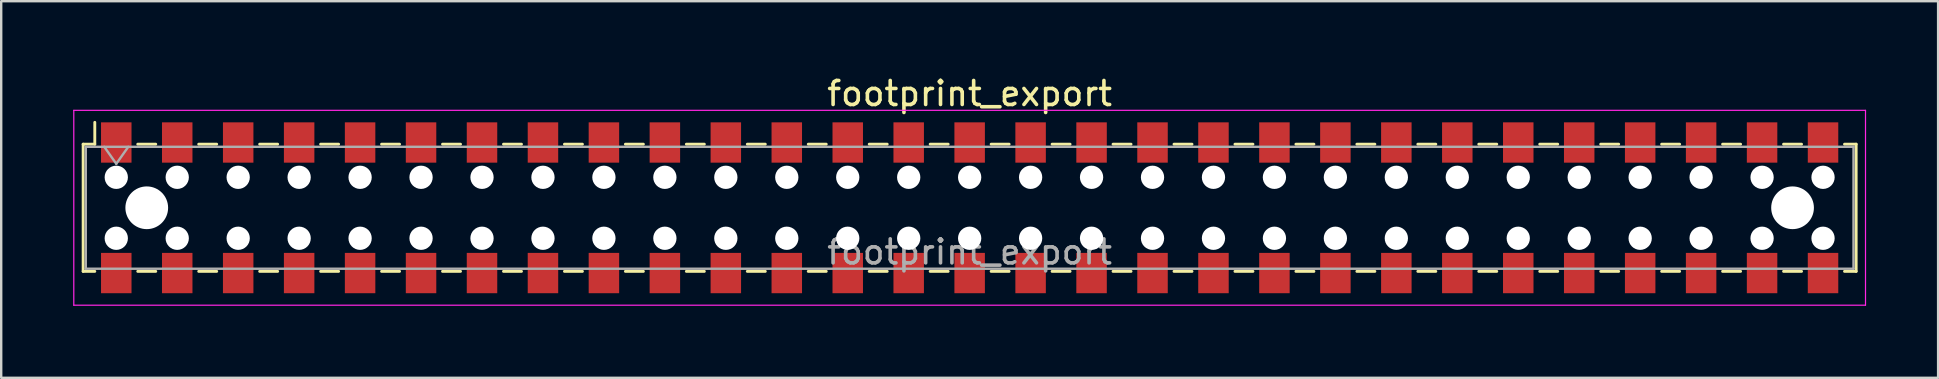
<source format=kicad_pcb>
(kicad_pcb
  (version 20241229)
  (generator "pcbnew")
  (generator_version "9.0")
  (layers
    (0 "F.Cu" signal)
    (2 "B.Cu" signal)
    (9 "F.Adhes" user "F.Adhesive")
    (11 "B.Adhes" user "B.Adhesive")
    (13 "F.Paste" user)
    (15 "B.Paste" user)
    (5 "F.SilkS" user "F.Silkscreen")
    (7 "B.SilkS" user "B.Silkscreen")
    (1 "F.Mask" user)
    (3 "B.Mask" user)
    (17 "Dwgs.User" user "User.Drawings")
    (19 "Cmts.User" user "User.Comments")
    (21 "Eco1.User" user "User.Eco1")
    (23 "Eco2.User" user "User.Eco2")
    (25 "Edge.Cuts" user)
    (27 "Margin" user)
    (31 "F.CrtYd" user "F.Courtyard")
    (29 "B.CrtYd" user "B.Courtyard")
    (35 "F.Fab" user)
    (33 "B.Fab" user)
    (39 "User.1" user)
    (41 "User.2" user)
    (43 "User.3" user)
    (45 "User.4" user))
  (footprint "footprint_export"
    (layer "F.Cu")
    (at 37.355 5.608)
    (property "Reference" "footprint_export" (at 0 -4.76 0) (layer "F.SilkS") (effects (font (size 1 1) (thickness 0.15))))
    (attr smd)
    (fp_line (start -36.94 -2.65) (end -36.94 2.65) (stroke (width 0.12) (type solid)) (layer "F.SilkS"))
    (fp_line (start -36.94 2.65) (end -36.455 2.65) (stroke (width 0.12) (type solid)) (layer "F.SilkS"))
    (fp_line (start -36.455 -3.56) (end -36.455 -2.65) (stroke (width 0.12) (type solid)) (layer "F.SilkS"))
    (fp_line (start -36.455 -2.65) (end -36.94 -2.65) (stroke (width 0.12) (type solid)) (layer "F.SilkS"))
    (fp_line (start -34.665 -2.65) (end -33.915 -2.65) (stroke (width 0.12) (type solid)) (layer "F.SilkS"))
    (fp_line (start -34.665 2.65) (end -33.915 2.65) (stroke (width 0.12) (type solid)) (layer "F.SilkS"))
    (fp_line (start -32.125 -2.65) (end -31.375 -2.65) (stroke (width 0.12) (type solid)) (layer "F.SilkS"))
    (fp_line (start -32.125 2.65) (end -31.375 2.65) (stroke (width 0.12) (type solid)) (layer "F.SilkS"))
    (fp_line (start -29.585 -2.65) (end -28.835 -2.65) (stroke (width 0.12) (type solid)) (layer "F.SilkS"))
    (fp_line (start -29.585 2.65) (end -28.835 2.65) (stroke (width 0.12) (type solid)) (layer "F.SilkS"))
    (fp_line (start -27.045 -2.65) (end -26.295 -2.65) (stroke (width 0.12) (type solid)) (layer "F.SilkS"))
    (fp_line (start -27.045 2.65) (end -26.295 2.65) (stroke (width 0.12) (type solid)) (layer "F.SilkS"))
    (fp_line (start -24.505 -2.65) (end -23.755 -2.65) (stroke (width 0.12) (type solid)) (layer "F.SilkS"))
    (fp_line (start -24.505 2.65) (end -23.755 2.65) (stroke (width 0.12) (type solid)) (layer "F.SilkS"))
    (fp_line (start -21.965 -2.65) (end -21.215 -2.65) (stroke (width 0.12) (type solid)) (layer "F.SilkS"))
    (fp_line (start -21.965 2.65) (end -21.215 2.65) (stroke (width 0.12) (type solid)) (layer "F.SilkS"))
    (fp_line (start -19.425 -2.65) (end -18.675 -2.65) (stroke (width 0.12) (type solid)) (layer "F.SilkS"))
    (fp_line (start -19.425 2.65) (end -18.675 2.65) (stroke (width 0.12) (type solid)) (layer "F.SilkS"))
    (fp_line (start -16.885 -2.65) (end -16.135 -2.65) (stroke (width 0.12) (type solid)) (layer "F.SilkS"))
    (fp_line (start -16.885 2.65) (end -16.135 2.65) (stroke (width 0.12) (type solid)) (layer "F.SilkS"))
    (fp_line (start -14.345 -2.65) (end -13.595 -2.65) (stroke (width 0.12) (type solid)) (layer "F.SilkS"))
    (fp_line (start -14.345 2.65) (end -13.595 2.65) (stroke (width 0.12) (type solid)) (layer "F.SilkS"))
    (fp_line (start -11.805 -2.65) (end -11.055 -2.65) (stroke (width 0.12) (type solid)) (layer "F.SilkS"))
    (fp_line (start -11.805 2.65) (end -11.055 2.65) (stroke (width 0.12) (type solid)) (layer "F.SilkS"))
    (fp_line (start -9.265 -2.65) (end -8.515 -2.65) (stroke (width 0.12) (type solid)) (layer "F.SilkS"))
    (fp_line (start -9.265 2.65) (end -8.515 2.65) (stroke (width 0.12) (type solid)) (layer "F.SilkS"))
    (fp_line (start -6.725 -2.65) (end -5.975 -2.65) (stroke (width 0.12) (type solid)) (layer "F.SilkS"))
    (fp_line (start -6.725 2.65) (end -5.975 2.65) (stroke (width 0.12) (type solid)) (layer "F.SilkS"))
    (fp_line (start -4.185 -2.65) (end -3.435 -2.65) (stroke (width 0.12) (type solid)) (layer "F.SilkS"))
    (fp_line (start -4.185 2.65) (end -3.435 2.65) (stroke (width 0.12) (type solid)) (layer "F.SilkS"))
    (fp_line (start -1.645 -2.65) (end -0.895 -2.65) (stroke (width 0.12) (type solid)) (layer "F.SilkS"))
    (fp_line (start -1.645 2.65) (end -0.895 2.65) (stroke (width 0.12) (type solid)) (layer "F.SilkS"))
    (fp_line (start 0.895 -2.65) (end 1.645 -2.65) (stroke (width 0.12) (type solid)) (layer "F.SilkS"))
    (fp_line (start 0.895 2.65) (end 1.645 2.65) (stroke (width 0.12) (type solid)) (layer "F.SilkS"))
    (fp_line (start 3.435 -2.65) (end 4.185 -2.65) (stroke (width 0.12) (type solid)) (layer "F.SilkS"))
    (fp_line (start 3.435 2.65) (end 4.185 2.65) (stroke (width 0.12) (type solid)) (layer "F.SilkS"))
    (fp_line (start 5.975 -2.65) (end 6.725 -2.65) (stroke (width 0.12) (type solid)) (layer "F.SilkS"))
    (fp_line (start 5.975 2.65) (end 6.725 2.65) (stroke (width 0.12) (type solid)) (layer "F.SilkS"))
    (fp_line (start 8.515 -2.65) (end 9.265 -2.65) (stroke (width 0.12) (type solid)) (layer "F.SilkS"))
    (fp_line (start 8.515 2.65) (end 9.265 2.65) (stroke (width 0.12) (type solid)) (layer "F.SilkS"))
    (fp_line (start 11.055 -2.65) (end 11.805 -2.65) (stroke (width 0.12) (type solid)) (layer "F.SilkS"))
    (fp_line (start 11.055 2.65) (end 11.805 2.65) (stroke (width 0.12) (type solid)) (layer "F.SilkS"))
    (fp_line (start 13.595 -2.65) (end 14.345 -2.65) (stroke (width 0.12) (type solid)) (layer "F.SilkS"))
    (fp_line (start 13.595 2.65) (end 14.345 2.65) (stroke (width 0.12) (type solid)) (layer "F.SilkS"))
    (fp_line (start 16.135 -2.65) (end 16.885 -2.65) (stroke (width 0.12) (type solid)) (layer "F.SilkS"))
    (fp_line (start 16.135 2.65) (end 16.885 2.65) (stroke (width 0.12) (type solid)) (layer "F.SilkS"))
    (fp_line (start 18.675 -2.65) (end 19.425 -2.65) (stroke (width 0.12) (type solid)) (layer "F.SilkS"))
    (fp_line (start 18.675 2.65) (end 19.425 2.65) (stroke (width 0.12) (type solid)) (layer "F.SilkS"))
    (fp_line (start 21.215 -2.65) (end 21.965 -2.65) (stroke (width 0.12) (type solid)) (layer "F.SilkS"))
    (fp_line (start 21.215 2.65) (end 21.965 2.65) (stroke (width 0.12) (type solid)) (layer "F.SilkS"))
    (fp_line (start 23.755 -2.65) (end 24.505 -2.65) (stroke (width 0.12) (type solid)) (layer "F.SilkS"))
    (fp_line (start 23.755 2.65) (end 24.505 2.65) (stroke (width 0.12) (type solid)) (layer "F.SilkS"))
    (fp_line (start 26.295 -2.65) (end 27.045 -2.65) (stroke (width 0.12) (type solid)) (layer "F.SilkS"))
    (fp_line (start 26.295 2.65) (end 27.045 2.65) (stroke (width 0.12) (type solid)) (layer "F.SilkS"))
    (fp_line (start 28.835 -2.65) (end 29.585 -2.65) (stroke (width 0.12) (type solid)) (layer "F.SilkS"))
    (fp_line (start 28.835 2.65) (end 29.585 2.65) (stroke (width 0.12) (type solid)) (layer "F.SilkS"))
    (fp_line (start 31.375 -2.65) (end 32.125 -2.65) (stroke (width 0.12) (type solid)) (layer "F.SilkS"))
    (fp_line (start 31.375 2.65) (end 32.125 2.65) (stroke (width 0.12) (type solid)) (layer "F.SilkS"))
    (fp_line (start 33.915 -2.65) (end 34.665 -2.65) (stroke (width 0.12) (type solid)) (layer "F.SilkS"))
    (fp_line (start 33.915 2.65) (end 34.665 2.65) (stroke (width 0.12) (type solid)) (layer "F.SilkS"))
    (fp_line (start 36.455 -2.65) (end 36.94 -2.65) (stroke (width 0.12) (type solid)) (layer "F.SilkS"))
    (fp_line (start 36.94 -2.65) (end 36.94 2.65) (stroke (width 0.12) (type solid)) (layer "F.SilkS"))
    (fp_line (start 36.94 2.65) (end 36.455 2.65) (stroke (width 0.12) (type solid)) (layer "F.SilkS"))
    (fp_line (start -37.33 -4.06) (end 37.33 -4.06) (stroke (width 0.05) (type solid)) (layer "F.CrtYd"))
    (fp_line (start -37.33 4.06) (end -37.33 -4.06) (stroke (width 0.05) (type solid)) (layer "F.CrtYd"))
    (fp_line (start 37.33 -4.06) (end 37.33 4.06) (stroke (width 0.05) (type solid)) (layer "F.CrtYd"))
    (fp_line (start 37.33 4.06) (end -37.33 4.06) (stroke (width 0.05) (type solid)) (layer "F.CrtYd"))
    (fp_line (start -36.83 -2.54) (end 36.83 -2.54) (stroke (width 0.1) (type solid)) (layer "F.Fab"))
    (fp_line (start -36.83 2.54) (end -36.83 -2.54) (stroke (width 0.1) (type solid)) (layer "F.Fab"))
    (fp_line (start -36.06 -2.54) (end -35.56 -1.833) (stroke (width 0.1) (type solid)) (layer "F.Fab"))
    (fp_line (start -35.56 -1.833) (end -35.06 -2.54) (stroke (width 0.1) (type solid)) (layer "F.Fab"))
    (fp_line (start 36.83 -2.54) (end 36.83 2.54) (stroke (width 0.1) (type solid)) (layer "F.Fab"))
    (fp_line (start 36.83 2.54) (end -36.83 2.54) (stroke (width 0.1) (type solid)) (layer "F.Fab"))
    (fp_text user "${REFERENCE}" (at 0 1.84 0) (layer "F.Fab") (effects (font (size 1 1) (thickness 0.15))))
    (pad "" np_thru_hole circle (at -35.56 -1.27) (size 0.97 0.97) (drill 0.97) (layers "*.Cu" "*.Mask"))
    (pad "" np_thru_hole circle (at -35.56 1.27) (size 0.97 0.97) (drill 0.97) (layers "*.Cu" "*.Mask"))
    (pad "" np_thru_hole circle (at -34.29 0) (size 1.78 1.78) (drill 1.78) (layers "*.Cu" "*.Mask"))
    (pad "" np_thru_hole circle (at -33.02 -1.27) (size 0.97 0.97) (drill 0.97) (layers "*.Cu" "*.Mask"))
    (pad "" np_thru_hole circle (at -33.02 1.27) (size 0.97 0.97) (drill 0.97) (layers "*.Cu" "*.Mask"))
    (pad "" np_thru_hole circle (at -30.48 -1.27) (size 0.97 0.97) (drill 0.97) (layers "*.Cu" "*.Mask"))
    (pad "" np_thru_hole circle (at -30.48 1.27) (size 0.97 0.97) (drill 0.97) (layers "*.Cu" "*.Mask"))
    (pad "" np_thru_hole circle (at -27.94 -1.27) (size 0.97 0.97) (drill 0.97) (layers "*.Cu" "*.Mask"))
    (pad "" np_thru_hole circle (at -27.94 1.27) (size 0.97 0.97) (drill 0.97) (layers "*.Cu" "*.Mask"))
    (pad "" np_thru_hole circle (at -25.4 -1.27) (size 0.97 0.97) (drill 0.97) (layers "*.Cu" "*.Mask"))
    (pad "" np_thru_hole circle (at -25.4 1.27) (size 0.97 0.97) (drill 0.97) (layers "*.Cu" "*.Mask"))
    (pad "" np_thru_hole circle (at -22.86 -1.27) (size 0.97 0.97) (drill 0.97) (layers "*.Cu" "*.Mask"))
    (pad "" np_thru_hole circle (at -22.86 1.27) (size 0.97 0.97) (drill 0.97) (layers "*.Cu" "*.Mask"))
    (pad "" np_thru_hole circle (at -20.32 -1.27) (size 0.97 0.97) (drill 0.97) (layers "*.Cu" "*.Mask"))
    (pad "" np_thru_hole circle (at -20.32 1.27) (size 0.97 0.97) (drill 0.97) (layers "*.Cu" "*.Mask"))
    (pad "" np_thru_hole circle (at -17.78 -1.27) (size 0.97 0.97) (drill 0.97) (layers "*.Cu" "*.Mask"))
    (pad "" np_thru_hole circle (at -17.78 1.27) (size 0.97 0.97) (drill 0.97) (layers "*.Cu" "*.Mask"))
    (pad "" np_thru_hole circle (at -15.24 -1.27) (size 0.97 0.97) (drill 0.97) (layers "*.Cu" "*.Mask"))
    (pad "" np_thru_hole circle (at -15.24 1.27) (size 0.97 0.97) (drill 0.97) (layers "*.Cu" "*.Mask"))
    (pad "" np_thru_hole circle (at -12.7 -1.27) (size 0.97 0.97) (drill 0.97) (layers "*.Cu" "*.Mask"))
    (pad "" np_thru_hole circle (at -12.7 1.27) (size 0.97 0.97) (drill 0.97) (layers "*.Cu" "*.Mask"))
    (pad "" np_thru_hole circle (at -10.16 -1.27) (size 0.97 0.97) (drill 0.97) (layers "*.Cu" "*.Mask"))
    (pad "" np_thru_hole circle (at -10.16 1.27) (size 0.97 0.97) (drill 0.97) (layers "*.Cu" "*.Mask"))
    (pad "" np_thru_hole circle (at -7.62 -1.27) (size 0.97 0.97) (drill 0.97) (layers "*.Cu" "*.Mask"))
    (pad "" np_thru_hole circle (at -7.62 1.27) (size 0.97 0.97) (drill 0.97) (layers "*.Cu" "*.Mask"))
    (pad "" np_thru_hole circle (at -5.08 -1.27) (size 0.97 0.97) (drill 0.97) (layers "*.Cu" "*.Mask"))
    (pad "" np_thru_hole circle (at -5.08 1.27) (size 0.97 0.97) (drill 0.97) (layers "*.Cu" "*.Mask"))
    (pad "" np_thru_hole circle (at -2.54 -1.27) (size 0.97 0.97) (drill 0.97) (layers "*.Cu" "*.Mask"))
    (pad "" np_thru_hole circle (at -2.54 1.27) (size 0.97 0.97) (drill 0.97) (layers "*.Cu" "*.Mask"))
    (pad "" np_thru_hole circle (at 0 -1.27) (size 0.97 0.97) (drill 0.97) (layers "*.Cu" "*.Mask"))
    (pad "" np_thru_hole circle (at 0 1.27) (size 0.97 0.97) (drill 0.97) (layers "*.Cu" "*.Mask"))
    (pad "" np_thru_hole circle (at 2.54 -1.27) (size 0.97 0.97) (drill 0.97) (layers "*.Cu" "*.Mask"))
    (pad "" np_thru_hole circle (at 2.54 1.27) (size 0.97 0.97) (drill 0.97) (layers "*.Cu" "*.Mask"))
    (pad "" np_thru_hole circle (at 5.08 -1.27) (size 0.97 0.97) (drill 0.97) (layers "*.Cu" "*.Mask"))
    (pad "" np_thru_hole circle (at 5.08 1.27) (size 0.97 0.97) (drill 0.97) (layers "*.Cu" "*.Mask"))
    (pad "" np_thru_hole circle (at 7.62 -1.27) (size 0.97 0.97) (drill 0.97) (layers "*.Cu" "*.Mask"))
    (pad "" np_thru_hole circle (at 7.62 1.27) (size 0.97 0.97) (drill 0.97) (layers "*.Cu" "*.Mask"))
    (pad "" np_thru_hole circle (at 10.16 -1.27) (size 0.97 0.97) (drill 0.97) (layers "*.Cu" "*.Mask"))
    (pad "" np_thru_hole circle (at 10.16 1.27) (size 0.97 0.97) (drill 0.97) (layers "*.Cu" "*.Mask"))
    (pad "" np_thru_hole circle (at 12.7 -1.27) (size 0.97 0.97) (drill 0.97) (layers "*.Cu" "*.Mask"))
    (pad "" np_thru_hole circle (at 12.7 1.27) (size 0.97 0.97) (drill 0.97) (layers "*.Cu" "*.Mask"))
    (pad "" np_thru_hole circle (at 15.24 -1.27) (size 0.97 0.97) (drill 0.97) (layers "*.Cu" "*.Mask"))
    (pad "" np_thru_hole circle (at 15.24 1.27) (size 0.97 0.97) (drill 0.97) (layers "*.Cu" "*.Mask"))
    (pad "" np_thru_hole circle (at 17.78 -1.27) (size 0.97 0.97) (drill 0.97) (layers "*.Cu" "*.Mask"))
    (pad "" np_thru_hole circle (at 17.78 1.27) (size 0.97 0.97) (drill 0.97) (layers "*.Cu" "*.Mask"))
    (pad "" np_thru_hole circle (at 20.32 -1.27) (size 0.97 0.97) (drill 0.97) (layers "*.Cu" "*.Mask"))
    (pad "" np_thru_hole circle (at 20.32 1.27) (size 0.97 0.97) (drill 0.97) (layers "*.Cu" "*.Mask"))
    (pad "" np_thru_hole circle (at 22.86 -1.27) (size 0.97 0.97) (drill 0.97) (layers "*.Cu" "*.Mask"))
    (pad "" np_thru_hole circle (at 22.86 1.27) (size 0.97 0.97) (drill 0.97) (layers "*.Cu" "*.Mask"))
    (pad "" np_thru_hole circle (at 25.4 -1.27) (size 0.97 0.97) (drill 0.97) (layers "*.Cu" "*.Mask"))
    (pad "" np_thru_hole circle (at 25.4 1.27) (size 0.97 0.97) (drill 0.97) (layers "*.Cu" "*.Mask"))
    (pad "" np_thru_hole circle (at 27.94 -1.27) (size 0.97 0.97) (drill 0.97) (layers "*.Cu" "*.Mask"))
    (pad "" np_thru_hole circle (at 27.94 1.27) (size 0.97 0.97) (drill 0.97) (layers "*.Cu" "*.Mask"))
    (pad "" np_thru_hole circle (at 30.48 -1.27) (size 0.97 0.97) (drill 0.97) (layers "*.Cu" "*.Mask"))
    (pad "" np_thru_hole circle (at 30.48 1.27) (size 0.97 0.97) (drill 0.97) (layers "*.Cu" "*.Mask"))
    (pad "" np_thru_hole circle (at 33.02 -1.27) (size 0.97 0.97) (drill 0.97) (layers "*.Cu" "*.Mask"))
    (pad "" np_thru_hole circle (at 33.02 1.27) (size 0.97 0.97) (drill 0.97) (layers "*.Cu" "*.Mask"))
    (pad "" np_thru_hole circle (at 34.29 0) (size 1.78 1.78) (drill 1.78) (layers "*.Cu" "*.Mask"))
    (pad "" np_thru_hole circle (at 35.56 -1.27) (size 0.97 0.97) (drill 0.97) (layers "*.Cu" "*.Mask"))
    (pad "" np_thru_hole circle (at 35.56 1.27) (size 0.97 0.97) (drill 0.97) (layers "*.Cu" "*.Mask"))
    (pad "1" smd rect (at -35.56 -2.72) (size 1.27 1.68) (layers "F.Cu" "F.Mask" "F.Paste"))
    (pad "2" smd rect (at -35.56 2.72) (size 1.27 1.68) (layers "F.Cu" "F.Mask" "F.Paste"))
    (pad "3" smd rect (at -33.02 -2.72) (size 1.27 1.68) (layers "F.Cu" "F.Mask" "F.Paste"))
    (pad "4" smd rect (at -33.02 2.72) (size 1.27 1.68) (layers "F.Cu" "F.Mask" "F.Paste"))
    (pad "5" smd rect (at -30.48 -2.72) (size 1.27 1.68) (layers "F.Cu" "F.Mask" "F.Paste"))
    (pad "6" smd rect (at -30.48 2.72) (size 1.27 1.68) (layers "F.Cu" "F.Mask" "F.Paste"))
    (pad "7" smd rect (at -27.94 -2.72) (size 1.27 1.68) (layers "F.Cu" "F.Mask" "F.Paste"))
    (pad "8" smd rect (at -27.94 2.72) (size 1.27 1.68) (layers "F.Cu" "F.Mask" "F.Paste"))
    (pad "9" smd rect (at -25.4 -2.72) (size 1.27 1.68) (layers "F.Cu" "F.Mask" "F.Paste"))
    (pad "10" smd rect (at -25.4 2.72) (size 1.27 1.68) (layers "F.Cu" "F.Mask" "F.Paste"))
    (pad "11" smd rect (at -22.86 -2.72) (size 1.27 1.68) (layers "F.Cu" "F.Mask" "F.Paste"))
    (pad "12" smd rect (at -22.86 2.72) (size 1.27 1.68) (layers "F.Cu" "F.Mask" "F.Paste"))
    (pad "13" smd rect (at -20.32 -2.72) (size 1.27 1.68) (layers "F.Cu" "F.Mask" "F.Paste"))
    (pad "14" smd rect (at -20.32 2.72) (size 1.27 1.68) (layers "F.Cu" "F.Mask" "F.Paste"))
    (pad "15" smd rect (at -17.78 -2.72) (size 1.27 1.68) (layers "F.Cu" "F.Mask" "F.Paste"))
    (pad "16" smd rect (at -17.78 2.72) (size 1.27 1.68) (layers "F.Cu" "F.Mask" "F.Paste"))
    (pad "17" smd rect (at -15.24 -2.72) (size 1.27 1.68) (layers "F.Cu" "F.Mask" "F.Paste"))
    (pad "18" smd rect (at -15.24 2.72) (size 1.27 1.68) (layers "F.Cu" "F.Mask" "F.Paste"))
    (pad "19" smd rect (at -12.7 -2.72) (size 1.27 1.68) (layers "F.Cu" "F.Mask" "F.Paste"))
    (pad "20" smd rect (at -12.7 2.72) (size 1.27 1.68) (layers "F.Cu" "F.Mask" "F.Paste"))
    (pad "21" smd rect (at -10.16 -2.72) (size 1.27 1.68) (layers "F.Cu" "F.Mask" "F.Paste"))
    (pad "22" smd rect (at -10.16 2.72) (size 1.27 1.68) (layers "F.Cu" "F.Mask" "F.Paste"))
    (pad "23" smd rect (at -7.62 -2.72) (size 1.27 1.68) (layers "F.Cu" "F.Mask" "F.Paste"))
    (pad "24" smd rect (at -7.62 2.72) (size 1.27 1.68) (layers "F.Cu" "F.Mask" "F.Paste"))
    (pad "25" smd rect (at -5.08 -2.72) (size 1.27 1.68) (layers "F.Cu" "F.Mask" "F.Paste"))
    (pad "26" smd rect (at -5.08 2.72) (size 1.27 1.68) (layers "F.Cu" "F.Mask" "F.Paste"))
    (pad "27" smd rect (at -2.54 -2.72) (size 1.27 1.68) (layers "F.Cu" "F.Mask" "F.Paste"))
    (pad "28" smd rect (at -2.54 2.72) (size 1.27 1.68) (layers "F.Cu" "F.Mask" "F.Paste"))
    (pad "29" smd rect (at 0 -2.72) (size 1.27 1.68) (layers "F.Cu" "F.Mask" "F.Paste"))
    (pad "30" smd rect (at 0 2.72) (size 1.27 1.68) (layers "F.Cu" "F.Mask" "F.Paste"))
    (pad "31" smd rect (at 2.54 -2.72) (size 1.27 1.68) (layers "F.Cu" "F.Mask" "F.Paste"))
    (pad "32" smd rect (at 2.54 2.72) (size 1.27 1.68) (layers "F.Cu" "F.Mask" "F.Paste"))
    (pad "33" smd rect (at 5.08 -2.72) (size 1.27 1.68) (layers "F.Cu" "F.Mask" "F.Paste"))
    (pad "34" smd rect (at 5.08 2.72) (size 1.27 1.68) (layers "F.Cu" "F.Mask" "F.Paste"))
    (pad "35" smd rect (at 7.62 -2.72) (size 1.27 1.68) (layers "F.Cu" "F.Mask" "F.Paste"))
    (pad "36" smd rect (at 7.62 2.72) (size 1.27 1.68) (layers "F.Cu" "F.Mask" "F.Paste"))
    (pad "37" smd rect (at 10.16 -2.72) (size 1.27 1.68) (layers "F.Cu" "F.Mask" "F.Paste"))
    (pad "38" smd rect (at 10.16 2.72) (size 1.27 1.68) (layers "F.Cu" "F.Mask" "F.Paste"))
    (pad "39" smd rect (at 12.7 -2.72) (size 1.27 1.68) (layers "F.Cu" "F.Mask" "F.Paste"))
    (pad "40" smd rect (at 12.7 2.72) (size 1.27 1.68) (layers "F.Cu" "F.Mask" "F.Paste"))
    (pad "41" smd rect (at 15.24 -2.72) (size 1.27 1.68) (layers "F.Cu" "F.Mask" "F.Paste"))
    (pad "42" smd rect (at 15.24 2.72) (size 1.27 1.68) (layers "F.Cu" "F.Mask" "F.Paste"))
    (pad "43" smd rect (at 17.78 -2.72) (size 1.27 1.68) (layers "F.Cu" "F.Mask" "F.Paste"))
    (pad "44" smd rect (at 17.78 2.72) (size 1.27 1.68) (layers "F.Cu" "F.Mask" "F.Paste"))
    (pad "45" smd rect (at 20.32 -2.72) (size 1.27 1.68) (layers "F.Cu" "F.Mask" "F.Paste"))
    (pad "46" smd rect (at 20.32 2.72) (size 1.27 1.68) (layers "F.Cu" "F.Mask" "F.Paste"))
    (pad "47" smd rect (at 22.86 -2.72) (size 1.27 1.68) (layers "F.Cu" "F.Mask" "F.Paste"))
    (pad "48" smd rect (at 22.86 2.72) (size 1.27 1.68) (layers "F.Cu" "F.Mask" "F.Paste"))
    (pad "49" smd rect (at 25.4 -2.72) (size 1.27 1.68) (layers "F.Cu" "F.Mask" "F.Paste"))
    (pad "50" smd rect (at 25.4 2.72) (size 1.27 1.68) (layers "F.Cu" "F.Mask" "F.Paste"))
    (pad "51" smd rect (at 27.94 -2.72) (size 1.27 1.68) (layers "F.Cu" "F.Mask" "F.Paste"))
    (pad "52" smd rect (at 27.94 2.72) (size 1.27 1.68) (layers "F.Cu" "F.Mask" "F.Paste"))
    (pad "53" smd rect (at 30.48 -2.72) (size 1.27 1.68) (layers "F.Cu" "F.Mask" "F.Paste"))
    (pad "54" smd rect (at 30.48 2.72) (size 1.27 1.68) (layers "F.Cu" "F.Mask" "F.Paste"))
    (pad "55" smd rect (at 33.02 -2.72) (size 1.27 1.68) (layers "F.Cu" "F.Mask" "F.Paste"))
    (pad "56" smd rect (at 33.02 2.72) (size 1.27 1.68) (layers "F.Cu" "F.Mask" "F.Paste"))
    (pad "57" smd rect (at 35.56 -2.72) (size 1.27 1.68) (layers "F.Cu" "F.Mask" "F.Paste"))
    (pad "58" smd rect (at 35.56 2.72) (size 1.27 1.68) (layers "F.Cu" "F.Mask" "F.Paste")))
  (gr_rect
    (start -3 -3)
    (end 77.71 12.693)
    (stroke (width 0.1) (type default))
    (fill no)
    (layer "Edge.Cuts")))
</source>
